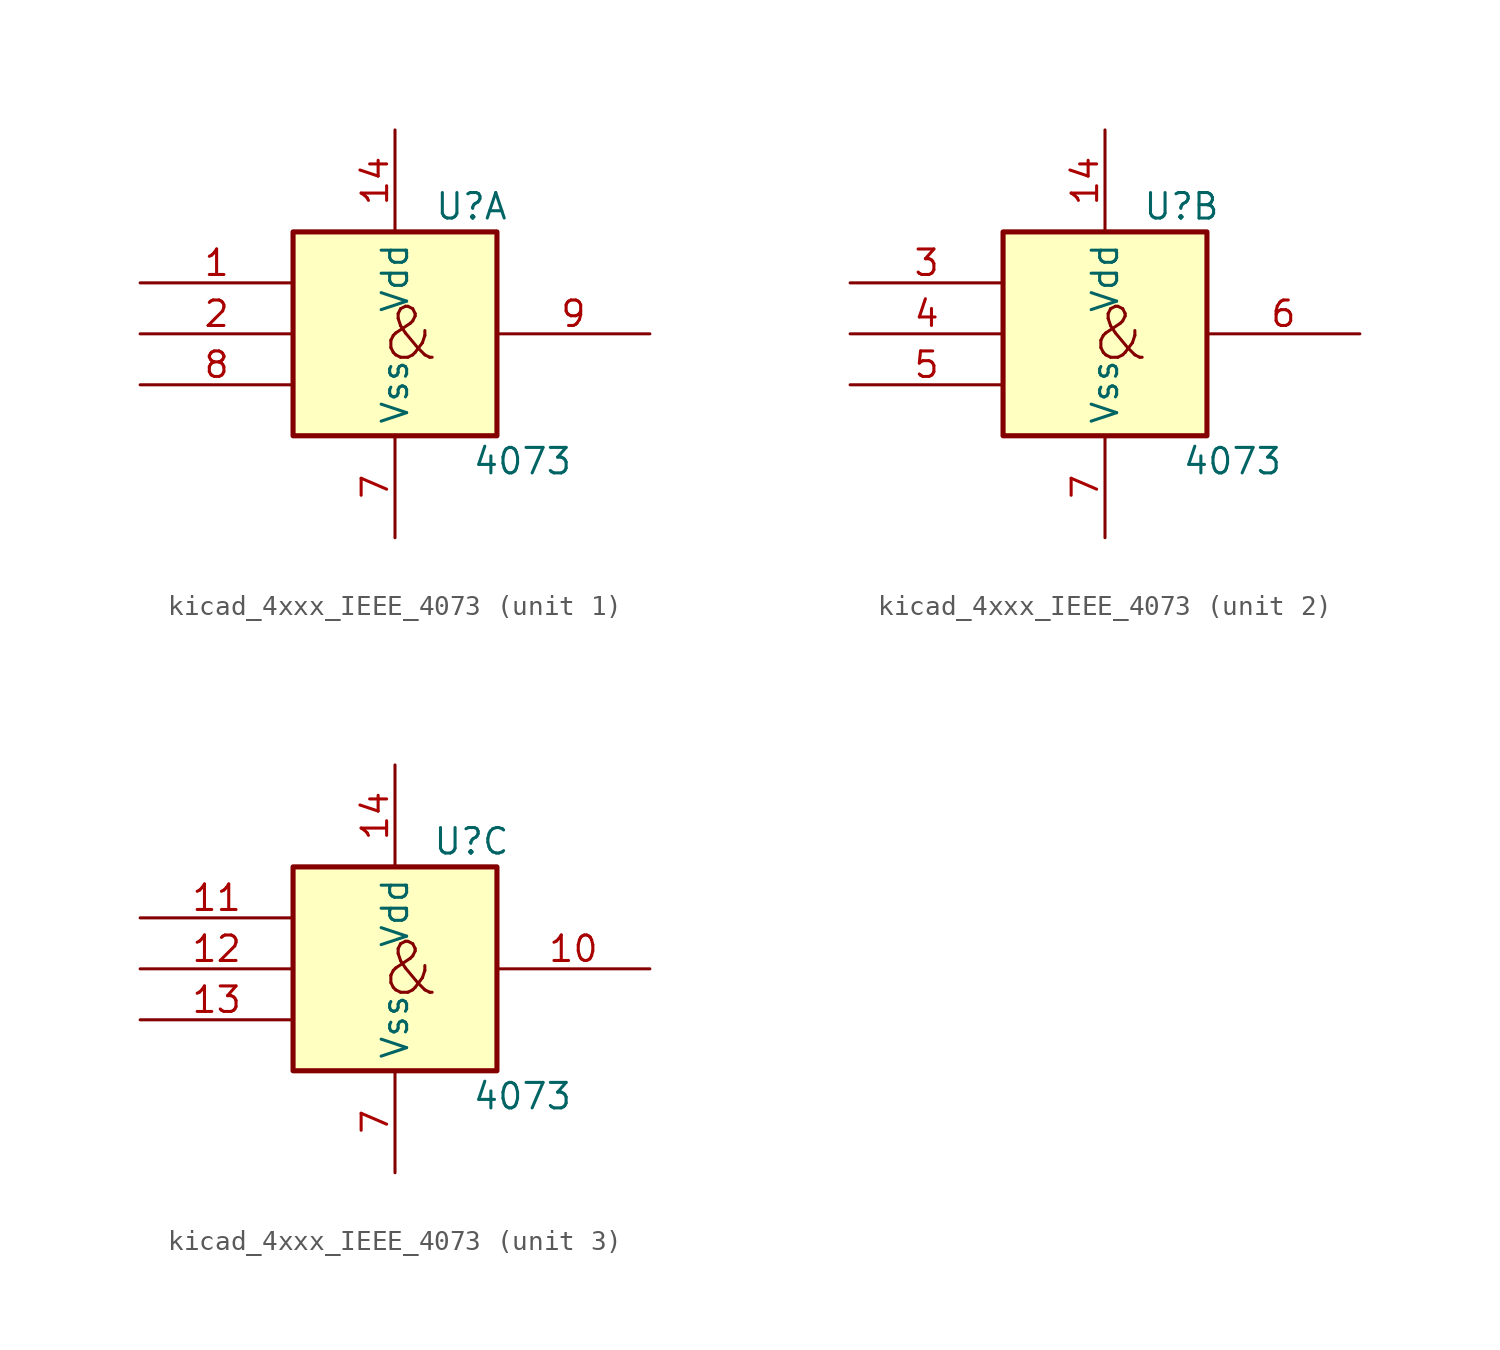
<source format=kicad_sym>
(kicad_symbol_lib
  (version 20220914)
  (generator kicad_symbol_editor)
  (symbol "kicad_4xxx_IEEE_4073"
    (property "Reference" "U"
      (at 3.81 6.35 0)
      (effects (font (size 1.27 1.27))))
    (property "Value" "4073"
      (at 6.35 -6.35 0)
      (effects (font (size 1.27 1.27))))
    (symbol "kicad_4xxx_IEEE_4073_0_0"
      (rectangle (start -5.08 5.08) (end 5.08 -5.08) (stroke (width 0.254) (type default)) (fill (type background)))
      (text "&" (at 0.762 0 0) (effects (font (size 2.54 2.54))))
      (pin power_in line (at 0 10.16 270) (length 5.08) (name "Vdd" (effects (font (size 1.27 1.27)))) (number "14" (effects (font (size 1.27 1.27)))))
      (pin power_in line (at 0 -10.16 90) (length 5.08) (name "Vss" (effects (font (size 1.27 1.27)))) (number "7" (effects (font (size 1.27 1.27))))))
    (symbol "kicad_4xxx_IEEE_4073_1_1"
      (pin input line (at -12.7 2.54 0) (length 7.62) (name "~" (effects (font (size 1.27 1.27)))) (number "1" (effects (font (size 1.27 1.27)))))
      (pin input line (at -12.7 0 0) (length 7.62) (name "~" (effects (font (size 1.27 1.27)))) (number "2" (effects (font (size 1.27 1.27)))))
      (pin input line (at -12.7 -2.54 0) (length 7.62) (name "~" (effects (font (size 1.27 1.27)))) (number "8" (effects (font (size 1.27 1.27)))))
      (pin output line (at 12.7 0 180) (length 7.62) (name "~" (effects (font (size 1.27 1.27)))) (number "9" (effects (font (size 1.27 1.27))))))
    (symbol "kicad_4xxx_IEEE_4073_2_1"
      (pin input line (at -12.7 2.54 0) (length 7.62) (name "~" (effects (font (size 1.27 1.27)))) (number "3" (effects (font (size 1.27 1.27)))))
      (pin input line (at -12.7 0 0) (length 7.62) (name "~" (effects (font (size 1.27 1.27)))) (number "4" (effects (font (size 1.27 1.27)))))
      (pin input line (at -12.7 -2.54 0) (length 7.62) (name "~" (effects (font (size 1.27 1.27)))) (number "5" (effects (font (size 1.27 1.27)))))
      (pin output line (at 12.7 0 180) (length 7.62) (name "~" (effects (font (size 1.27 1.27)))) (number "6" (effects (font (size 1.27 1.27))))))
    (symbol "kicad_4xxx_IEEE_4073_3_1"
      (pin output line (at 12.7 0 180) (length 7.62) (name "~" (effects (font (size 1.27 1.27)))) (number "10" (effects (font (size 1.27 1.27)))))
      (pin input line (at -12.7 2.54 0) (length 7.62) (name "~" (effects (font (size 1.27 1.27)))) (number "11" (effects (font (size 1.27 1.27)))))
      (pin input line (at -12.7 0 0) (length 7.62) (name "~" (effects (font (size 1.27 1.27)))) (number "12" (effects (font (size 1.27 1.27)))))
      (pin input line (at -12.7 -2.54 0) (length 7.62) (name "~" (effects (font (size 1.27 1.27)))) (number "13" (effects (font (size 1.27 1.27))))))))
</source>
